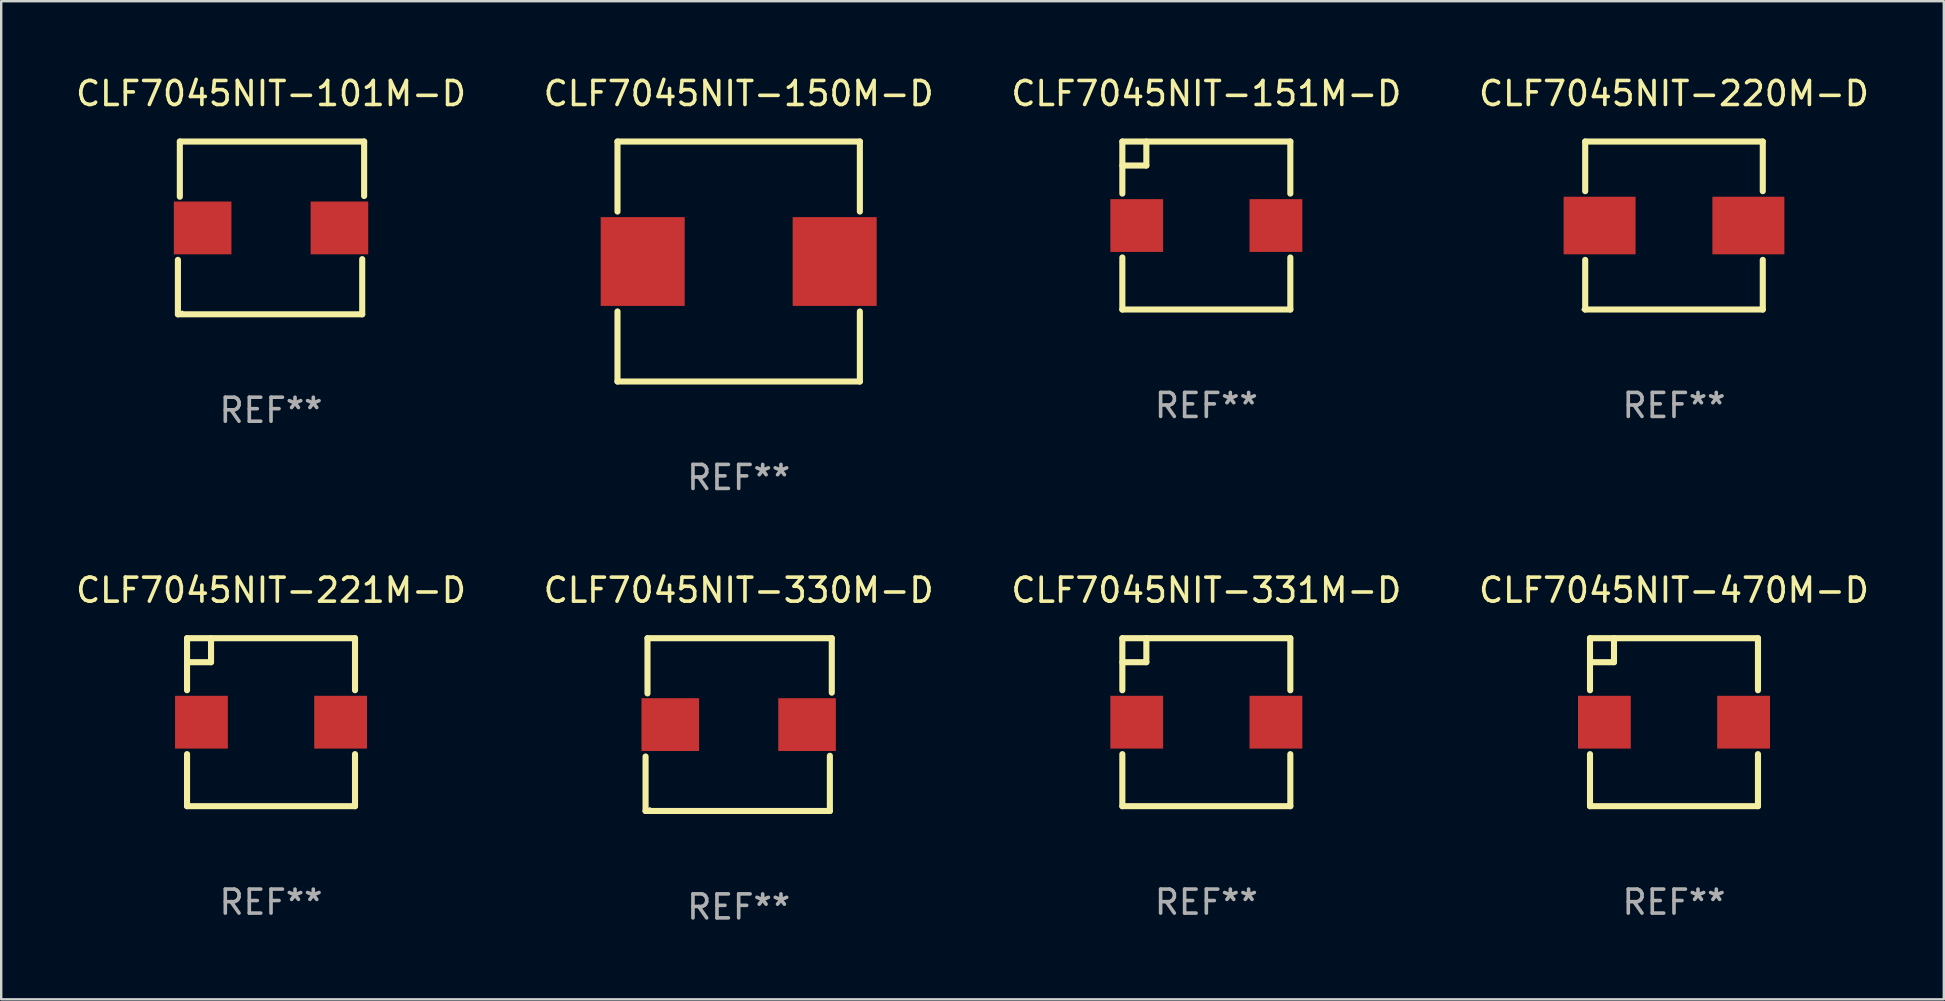
<source format=kicad_pcb>
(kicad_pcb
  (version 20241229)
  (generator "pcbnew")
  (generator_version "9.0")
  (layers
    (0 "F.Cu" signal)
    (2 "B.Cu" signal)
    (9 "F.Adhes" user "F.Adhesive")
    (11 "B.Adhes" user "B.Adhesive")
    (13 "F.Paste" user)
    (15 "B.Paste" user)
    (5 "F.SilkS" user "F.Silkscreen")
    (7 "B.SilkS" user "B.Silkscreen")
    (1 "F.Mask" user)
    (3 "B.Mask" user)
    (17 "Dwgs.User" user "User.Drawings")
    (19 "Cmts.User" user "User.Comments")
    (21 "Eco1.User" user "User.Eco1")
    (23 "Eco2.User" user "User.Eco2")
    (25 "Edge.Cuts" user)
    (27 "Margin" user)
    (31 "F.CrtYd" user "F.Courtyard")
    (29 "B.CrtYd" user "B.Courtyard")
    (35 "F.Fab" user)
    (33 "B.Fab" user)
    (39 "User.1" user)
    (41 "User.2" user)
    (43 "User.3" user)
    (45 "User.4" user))
  (footprint "CLF7045NIT-220M-D"
    (layer "F.Cu")
    (at 66.708 6.348)
    (property "Reference" "CLF7045NIT-220M-D" (at 0 -5.5 0) (layer "F.SilkS") (effects (font (size 1 1) (thickness 0.15))))
    (attr through_hole)
    (fp_line (start -3.7 -3.5) (end -3.7 -1.431) (stroke (width 0.254) (type solid)) (layer "F.SilkS"))
    (fp_line (start -3.7 -3.5) (end 3.7 -3.5) (stroke (width 0.254) (type solid)) (layer "F.SilkS"))
    (fp_line (start -3.7 1.431) (end -3.7 3.5) (stroke (width 0.254) (type solid)) (layer "F.SilkS"))
    (fp_line (start -3.7 3.5) (end 3.7 3.5) (stroke (width 0.254) (type solid)) (layer "F.SilkS"))
    (fp_line (start 3.7 -3.5) (end 3.7 -1.431) (stroke (width 0.254) (type solid)) (layer "F.SilkS"))
    (fp_line (start 3.7 1.431) (end 3.7 3.5) (stroke (width 0.254) (type solid)) (layer "F.SilkS"))
    (fp_circle (center -3.8 3.5) (end -3.77 3.5) (stroke (width 0.06) (type solid)) (fill no) (layer "F.SilkS"))
    (fp_text user "REF**" (at 0 7.5 0) (layer "F.Fab") (effects (font (size 1 1) (thickness 0.15))))
    (pad "1" smd rect (at -3.1 0) (size 3 2.4) (layers "F.Cu" "F.Mask" "F.Paste"))
    (pad "2" smd rect (at 3.1 0) (size 3 2.4) (layers "F.Cu" "F.Mask" "F.Paste")))
  (footprint "CLF7045NIT-221M-D"
    (layer "F.Cu")
    (at 8.244 27.045)
    (property "Reference" "CLF7045NIT-221M-D" (at 0 -5.5 0) (layer "F.SilkS") (effects (font (size 1 1) (thickness 0.15))))
    (attr through_hole)
    (fp_line (start -3.5 -3.5) (end 3.5 -3.5) (stroke (width 0.254) (type solid)) (layer "F.SilkS"))
    (fp_line (start -3.5 -1.331) (end -3.5 -3.5) (stroke (width 0.254) (type solid)) (layer "F.SilkS"))
    (fp_line (start -3.5 3.5) (end -3.5 1.331) (stroke (width 0.254) (type solid)) (layer "F.SilkS"))
    (fp_line (start -2.5 -2.5) (end -3.5 -2.5) (stroke (width 0.254) (type solid)) (layer "F.SilkS"))
    (fp_line (start -2.5 -2.5) (end -2.5 -3.5) (stroke (width 0.254) (type solid)) (layer "F.SilkS"))
    (fp_line (start 3.5 -3.5) (end 3.5 -1.331) (stroke (width 0.254) (type solid)) (layer "F.SilkS"))
    (fp_line (start 3.5 1.331) (end 3.5 3.5) (stroke (width 0.254) (type solid)) (layer "F.SilkS"))
    (fp_line (start 3.5 3.5) (end -3.5 3.5) (stroke (width 0.254) (type solid)) (layer "F.SilkS"))
    (fp_circle (center -3.5 3.5) (end -3.47 3.5) (stroke (width 0.06) (type solid)) (fill no) (layer "F.SilkS"))
    (fp_text user "REF**" (at 0 7.5 0) (layer "F.Fab") (effects (font (size 1 1) (thickness 0.15))))
    (pad "1" smd rect (at -2.9 0 90) (size 2.2 2.2) (layers "F.Cu" "F.Mask" "F.Paste"))
    (pad "2" smd rect (at 2.9 0 90) (size 2.2 2.2) (layers "F.Cu" "F.Mask" "F.Paste")))
  (footprint "CLF7045NIT-151M-D"
    (layer "F.Cu")
    (at 47.22 6.348)
    (property "Reference" "CLF7045NIT-151M-D" (at 0 -5.5 0) (layer "F.SilkS") (effects (font (size 1 1) (thickness 0.15))))
    (attr through_hole)
    (fp_line (start -3.5 -3.5) (end 3.5 -3.5) (stroke (width 0.254) (type solid)) (layer "F.SilkS"))
    (fp_line (start -3.5 -1.331) (end -3.5 -3.5) (stroke (width 0.254) (type solid)) (layer "F.SilkS"))
    (fp_line (start -3.5 3.5) (end -3.5 1.331) (stroke (width 0.254) (type solid)) (layer "F.SilkS"))
    (fp_line (start -2.5 -2.5) (end -3.5 -2.5) (stroke (width 0.254) (type solid)) (layer "F.SilkS"))
    (fp_line (start -2.5 -2.5) (end -2.5 -3.5) (stroke (width 0.254) (type solid)) (layer "F.SilkS"))
    (fp_line (start 3.5 -3.5) (end 3.5 -1.331) (stroke (width 0.254) (type solid)) (layer "F.SilkS"))
    (fp_line (start 3.5 1.331) (end 3.5 3.5) (stroke (width 0.254) (type solid)) (layer "F.SilkS"))
    (fp_line (start 3.5 3.5) (end -3.5 3.5) (stroke (width 0.254) (type solid)) (layer "F.SilkS"))
    (fp_circle (center -3.5 3.5) (end -3.47 3.5) (stroke (width 0.06) (type solid)) (fill no) (layer "F.SilkS"))
    (fp_text user "REF**" (at 0 7.5 0) (layer "F.Fab") (effects (font (size 1 1) (thickness 0.15))))
    (pad "1" smd rect (at -2.9 0 90) (size 2.2 2.2) (layers "F.Cu" "F.Mask" "F.Paste"))
    (pad "2" smd rect (at 2.9 0 90) (size 2.2 2.2) (layers "F.Cu" "F.Mask" "F.Paste")))
  (footprint "CLF7045NIT-470M-D"
    (layer "F.Cu")
    (at 66.708 27.045)
    (property "Reference" "CLF7045NIT-470M-D" (at 0 -5.5 0) (layer "F.SilkS") (effects (font (size 1 1) (thickness 0.15))))
    (attr through_hole)
    (fp_line (start -3.5 -3.5) (end 3.5 -3.5) (stroke (width 0.254) (type solid)) (layer "F.SilkS"))
    (fp_line (start -3.5 -1.331) (end -3.5 -3.5) (stroke (width 0.254) (type solid)) (layer "F.SilkS"))
    (fp_line (start -3.5 3.5) (end -3.5 1.331) (stroke (width 0.254) (type solid)) (layer "F.SilkS"))
    (fp_line (start -2.5 -2.5) (end -3.5 -2.5) (stroke (width 0.254) (type solid)) (layer "F.SilkS"))
    (fp_line (start -2.5 -2.5) (end -2.5 -3.5) (stroke (width 0.254) (type solid)) (layer "F.SilkS"))
    (fp_line (start 3.5 -3.5) (end 3.5 -1.331) (stroke (width 0.254) (type solid)) (layer "F.SilkS"))
    (fp_line (start 3.5 1.331) (end 3.5 3.5) (stroke (width 0.254) (type solid)) (layer "F.SilkS"))
    (fp_line (start 3.5 3.5) (end -3.5 3.5) (stroke (width 0.254) (type solid)) (layer "F.SilkS"))
    (fp_circle (center -3.5 3.5) (end -3.47 3.5) (stroke (width 0.06) (type solid)) (fill no) (layer "F.SilkS"))
    (fp_text user "REF**" (at 0 7.5 0) (layer "F.Fab") (effects (font (size 1 1) (thickness 0.15))))
    (pad "1" smd rect (at -2.9 0 90) (size 2.2 2.2) (layers "F.Cu" "F.Mask" "F.Paste"))
    (pad "2" smd rect (at 2.9 0 90) (size 2.2 2.2) (layers "F.Cu" "F.Mask" "F.Paste")))
  (footprint "CLF7045NIT-150M-D"
    (layer "F.Cu")
    (at 27.732 7.848)
    (property "Reference" "CLF7045NIT-150M-D" (at 0 -7 0) (layer "F.SilkS") (effects (font (size 1 1) (thickness 0.15))))
    (attr through_hole)
    (fp_line (start -5.05 -5) (end 5.05 -5) (stroke (width 0.254) (type solid)) (layer "F.SilkS"))
    (fp_line (start -5.05 -2.081) (end -5.05 -5) (stroke (width 0.254) (type solid)) (layer "F.SilkS"))
    (fp_line (start -5.05 5) (end -5.05 2.081) (stroke (width 0.254) (type solid)) (layer "F.SilkS"))
    (fp_line (start 5.05 -5) (end 5.05 -2.081) (stroke (width 0.254) (type solid)) (layer "F.SilkS"))
    (fp_line (start 5.05 2.081) (end 5.05 5) (stroke (width 0.254) (type solid)) (layer "F.SilkS"))
    (fp_line (start 5.05 5) (end -5.05 5) (stroke (width 0.254) (type solid)) (layer "F.SilkS"))
    (fp_circle (center -5.05 5) (end -5.02 5) (stroke (width 0.06) (type solid)) (fill no) (layer "F.SilkS"))
    (fp_text user "REF**" (at 0 9 0) (layer "F.Fab") (effects (font (size 1 1) (thickness 0.15))))
    (pad "1" smd rect (at -4 0) (size 3.5 3.7) (layers "F.Cu" "F.Mask" "F.Paste"))
    (pad "2" smd rect (at 4 0) (size 3.5 3.7) (layers "F.Cu" "F.Mask" "F.Paste")))
  (footprint "CLF7045NIT-331M-D"
    (layer "F.Cu")
    (at 47.22 27.045)
    (property "Reference" "CLF7045NIT-331M-D" (at 0 -5.5 0) (layer "F.SilkS") (effects (font (size 1 1) (thickness 0.15))))
    (attr through_hole)
    (fp_line (start -3.5 -3.5) (end 3.5 -3.5) (stroke (width 0.254) (type solid)) (layer "F.SilkS"))
    (fp_line (start -3.5 -1.331) (end -3.5 -3.5) (stroke (width 0.254) (type solid)) (layer "F.SilkS"))
    (fp_line (start -3.5 3.5) (end -3.5 1.331) (stroke (width 0.254) (type solid)) (layer "F.SilkS"))
    (fp_line (start -2.5 -2.5) (end -3.5 -2.5) (stroke (width 0.254) (type solid)) (layer "F.SilkS"))
    (fp_line (start -2.5 -2.5) (end -2.5 -3.5) (stroke (width 0.254) (type solid)) (layer "F.SilkS"))
    (fp_line (start 3.5 -3.5) (end 3.5 -1.331) (stroke (width 0.254) (type solid)) (layer "F.SilkS"))
    (fp_line (start 3.5 1.331) (end 3.5 3.5) (stroke (width 0.254) (type solid)) (layer "F.SilkS"))
    (fp_line (start 3.5 3.5) (end -3.5 3.5) (stroke (width 0.254) (type solid)) (layer "F.SilkS"))
    (fp_circle (center -3.5 3.5) (end -3.47 3.5) (stroke (width 0.06) (type solid)) (fill no) (layer "F.SilkS"))
    (fp_text user "REF**" (at 0 7.5 0) (layer "F.Fab") (effects (font (size 1 1) (thickness 0.15))))
    (pad "1" smd rect (at -2.9 0 90) (size 2.2 2.2) (layers "F.Cu" "F.Mask" "F.Paste"))
    (pad "2" smd rect (at 2.9 0 90) (size 2.2 2.2) (layers "F.Cu" "F.Mask" "F.Paste")))
  (footprint "CLF7045NIT-101M-D"
    (layer "F.Cu")
    (at 8.244 6.448)
    (property "Reference" "CLF7045NIT-101M-D" (at 0 -5.6 0) (layer "F.SilkS") (effects (font (size 1 1) (thickness 0.15))))
    (attr through_hole)
    (fp_line (start -3.88 3.6) (end -3.88 1.33) (stroke (width 0.254) (type solid)) (layer "F.SilkS"))
    (fp_line (start -3.8 -3.6) (end 3.88 -3.6) (stroke (width 0.254) (type solid)) (layer "F.SilkS"))
    (fp_line (start -3.8 -1.3) (end -3.8 -3.6) (stroke (width 0.254) (type solid)) (layer "F.SilkS"))
    (fp_line (start 3.8 1.3) (end 3.8 3.6) (stroke (width 0.254) (type solid)) (layer "F.SilkS"))
    (fp_line (start 3.8 3.6) (end -3.88 3.6) (stroke (width 0.254) (type solid)) (layer "F.SilkS"))
    (fp_line (start 3.88 -3.6) (end 3.88 -1.33) (stroke (width 0.254) (type solid)) (layer "F.SilkS"))
    (fp_circle (center -3.7 3.5) (end -3.67 3.5) (stroke (width 0.06) (type solid)) (fill no) (layer "F.SilkS"))
    (fp_text user "REF**" (at 0 7.6 0) (layer "F.Fab") (effects (font (size 1 1) (thickness 0.15))))
    (pad "1" smd rect (at -2.85 -0.000025) (size 2.4 2.2) (layers "F.Cu" "F.Mask" "F.Paste"))
    (pad "2" smd rect (at 2.85 -0.000025) (size 2.4 2.2) (layers "F.Cu" "F.Mask" "F.Paste")))
  (footprint "CLF7045NIT-330M-D"
    (layer "F.Cu")
    (at 27.732 27.145)
    (property "Reference" "CLF7045NIT-330M-D" (at 0 -5.6 0) (layer "F.SilkS") (effects (font (size 1 1) (thickness 0.15))))
    (attr through_hole)
    (fp_line (start -3.88 3.6) (end -3.88 1.33) (stroke (width 0.254) (type solid)) (layer "F.SilkS"))
    (fp_line (start -3.8 -3.6) (end 3.88 -3.6) (stroke (width 0.254) (type solid)) (layer "F.SilkS"))
    (fp_line (start -3.8 -1.3) (end -3.8 -3.6) (stroke (width 0.254) (type solid)) (layer "F.SilkS"))
    (fp_line (start 3.8 1.3) (end 3.8 3.6) (stroke (width 0.254) (type solid)) (layer "F.SilkS"))
    (fp_line (start 3.8 3.6) (end -3.88 3.6) (stroke (width 0.254) (type solid)) (layer "F.SilkS"))
    (fp_line (start 3.88 -3.6) (end 3.88 -1.33) (stroke (width 0.254) (type solid)) (layer "F.SilkS"))
    (fp_circle (center -3.7 3.5) (end -3.67 3.5) (stroke (width 0.06) (type solid)) (fill no) (layer "F.SilkS"))
    (fp_text user "REF**" (at 0 7.6 0) (layer "F.Fab") (effects (font (size 1 1) (thickness 0.15))))
    (pad "1" smd rect (at -2.85 -0.000025) (size 2.4 2.2) (layers "F.Cu" "F.Mask" "F.Paste"))
    (pad "2" smd rect (at 2.85 -0.000025) (size 2.4 2.2) (layers "F.Cu" "F.Mask" "F.Paste")))
  (gr_rect
    (start -3 -3)
    (end 77.952 38.593)
    (stroke (width 0.1) (type default))
    (fill no)
    (layer "Edge.Cuts")))
</source>
